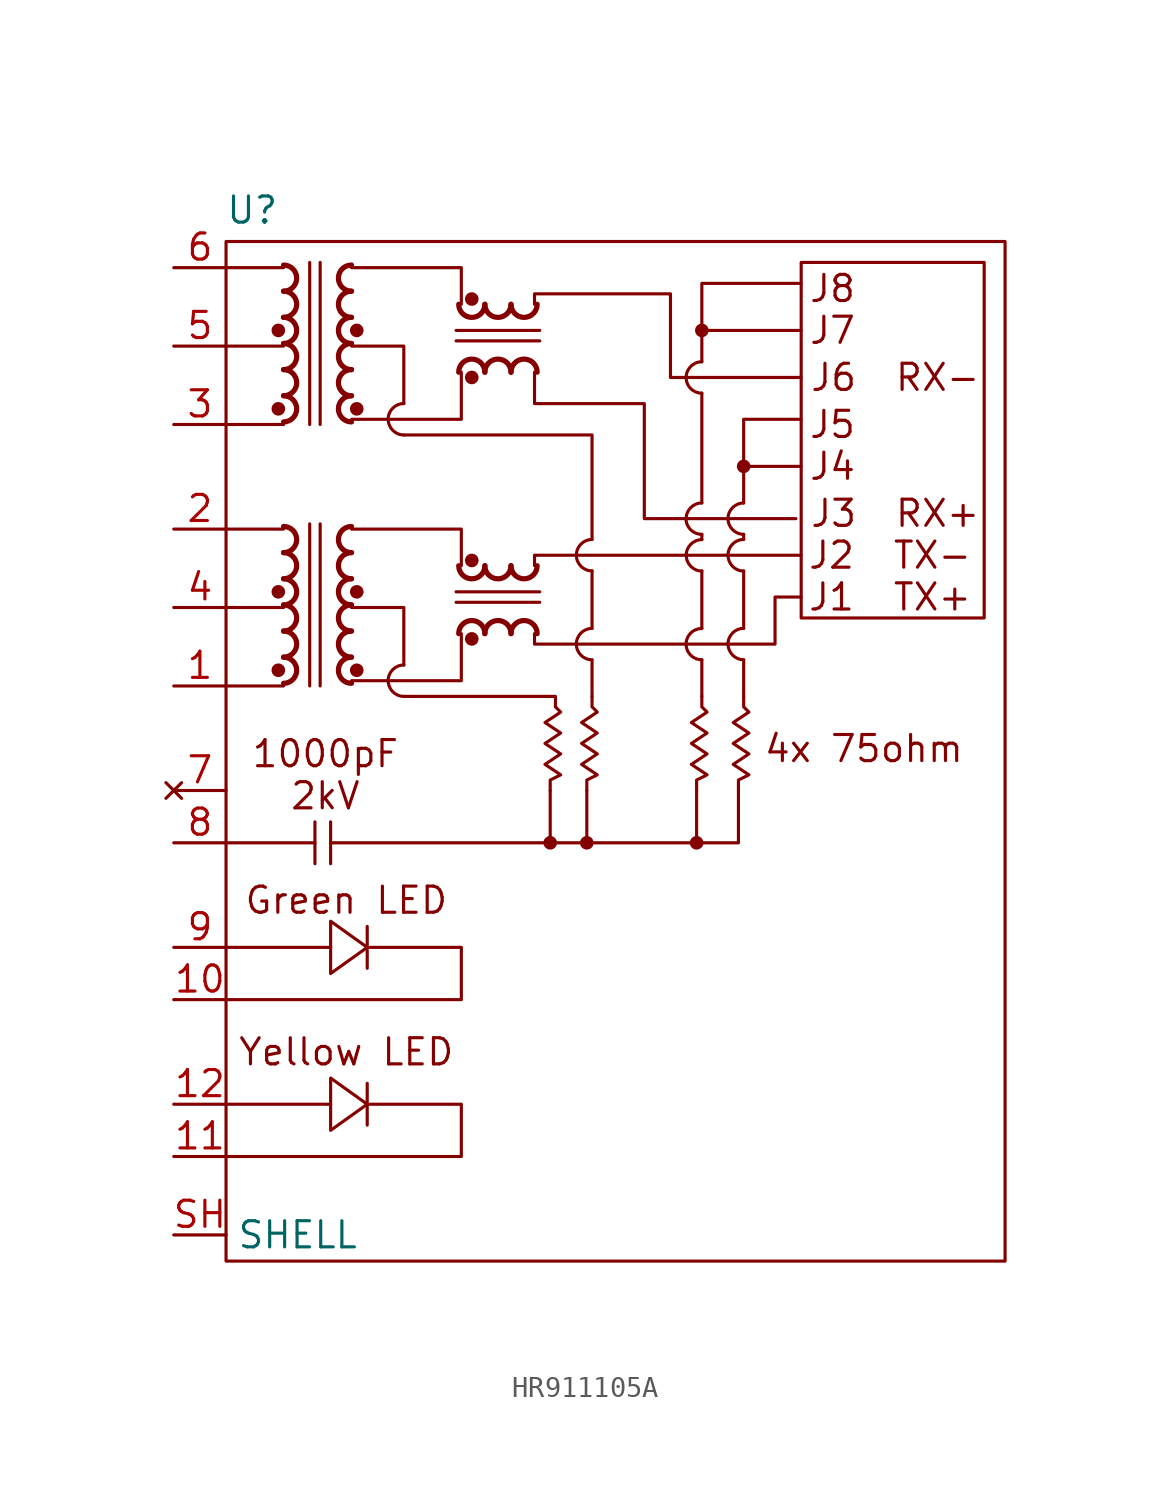
<source format=kicad_sym>
(kicad_symbol_lib
  (version 20231120)
  (generator "kicad_symbol_editor")
  (generator_version "8.0")
  (symbol "HR911105A"
    (property "Reference" "U"
      (at -16.51 23.114 0)
      (effects (font (size 1.27 1.27))))
    (property "Value" ""
      (at -10.16 13.97 0)
      (effects (font (size 1.27 1.27))))
    (symbol "HR911105A_0_1"
      (polyline (pts (xy -17.78 0) (xy -14.986 0)) (stroke (width 0) (type default)) (fill (type none)))
      (polyline (pts (xy -17.78 3.81) (xy -14.986 3.81)) (stroke (width 0) (type default)) (fill (type none)))
      (polyline (pts (xy -17.78 12.7) (xy -14.986 12.7)) (stroke (width 0) (type default)) (fill (type none)))
      (polyline (pts (xy -17.78 16.51) (xy -14.986 16.51)) (stroke (width 0) (type default)) (fill (type none)))
      (polyline (pts (xy -14.986 7.62) (xy -17.78 7.62)) (stroke (width 0) (type default)) (fill (type none)))
      (polyline (pts (xy -14.986 20.32) (xy -17.78 20.32)) (stroke (width 0) (type default)) (fill (type none)))
      (polyline (pts (xy -13.716 7.874) (xy -13.716 0)) (stroke (width 0) (type default)) (fill (type none)))
      (polyline (pts (xy -13.716 20.574) (xy -13.716 12.7)) (stroke (width 0) (type default)) (fill (type none)))
      (polyline (pts (xy -13.208 7.874) (xy -13.208 0)) (stroke (width 0) (type default)) (fill (type none)))
      (polyline (pts (xy -13.208 20.574) (xy -13.208 12.7)) (stroke (width 0) (type default)) (fill (type none)))
      (polyline (pts (xy -2.54 4.064) (xy -6.604 4.064)) (stroke (width 0) (type default)) (fill (type none)))
      (polyline (pts (xy -2.54 4.572) (xy -6.604 4.572)) (stroke (width 0) (type default)) (fill (type none)))
      (polyline (pts (xy -2.54 16.764) (xy -6.604 16.764)) (stroke (width 0) (type default)) (fill (type none)))
      (polyline (pts (xy -2.54 17.272) (xy -6.604 17.272)) (stroke (width 0) (type default)) (fill (type none))))
    (symbol "HR911105A_1_1"
      (rectangle (start -17.78 21.59) (end 20.066 -27.94) (stroke (width 0) (type default)) (fill (type none)))
      (circle (center -15.24 0.762) (radius 0.254) (stroke (width 0) (type default)) (fill (type outline)))
      (circle (center -15.24 4.572) (radius 0.254) (stroke (width 0) (type default)) (fill (type outline)))
      (circle (center -15.24 13.462) (radius 0.254) (stroke (width 0) (type default)) (fill (type outline)))
      (circle (center -15.24 17.272) (radius 0.254) (stroke (width 0) (type default)) (fill (type outline)))
      (arc (start -14.9833 0.127) (mid -14.351 0.762) (end -14.9833 1.397) (stroke (width 0.254) (type default)) (fill (type none)))
      (arc (start -14.9833 1.397) (mid -14.351 2.032) (end -14.9833 2.667) (stroke (width 0.254) (type default)) (fill (type none)))
      (arc (start -14.9833 2.667) (mid -14.351 3.302) (end -14.9833 3.937) (stroke (width 0.254) (type default)) (fill (type none)))
      (arc (start -14.9833 3.937) (mid -14.351 4.572) (end -14.9833 5.207) (stroke (width 0.254) (type default)) (fill (type none)))
      (arc (start -14.9833 5.207) (mid -14.351 5.842) (end -14.9833 6.477) (stroke (width 0.254) (type default)) (fill (type none)))
      (arc (start -14.9833 6.477) (mid -14.351 7.112) (end -14.9833 7.747) (stroke (width 0.254) (type default)) (fill (type none)))
      (arc (start -14.9833 12.827) (mid -14.351 13.462) (end -14.9833 14.097) (stroke (width 0.254) (type default)) (fill (type none)))
      (arc (start -14.9833 14.097) (mid -14.351 14.732) (end -14.9833 15.367) (stroke (width 0.254) (type default)) (fill (type none)))
      (arc (start -14.9833 15.367) (mid -14.351 16.002) (end -14.9833 16.637) (stroke (width 0.254) (type default)) (fill (type none)))
      (arc (start -14.9833 16.637) (mid -14.351 17.272) (end -14.9833 17.907) (stroke (width 0.254) (type default)) (fill (type none)))
      (arc (start -14.9833 17.907) (mid -14.351 18.542) (end -14.9833 19.177) (stroke (width 0.254) (type default)) (fill (type none)))
      (arc (start -14.9833 19.177) (mid -14.351 19.812) (end -14.9833 20.447) (stroke (width 0.254) (type default)) (fill (type none)))
      (arc (start -11.6867 1.397) (mid -12.319 0.762) (end -11.6867 0.127) (stroke (width 0.254) (type default)) (fill (type none)))
      (arc (start -11.6867 2.667) (mid -12.319 2.032) (end -11.6867 1.397) (stroke (width 0.254) (type default)) (fill (type none)))
      (arc (start -11.6867 3.937) (mid -12.319 3.302) (end -11.6867 2.667) (stroke (width 0.254) (type default)) (fill (type none)))
      (arc (start -11.6867 5.207) (mid -12.319 4.572) (end -11.6867 3.937) (stroke (width 0.254) (type default)) (fill (type none)))
      (arc (start -11.6867 6.477) (mid -12.319 5.842) (end -11.6867 5.207) (stroke (width 0.254) (type default)) (fill (type none)))
      (arc (start -11.6867 7.747) (mid -12.319 7.112) (end -11.6867 6.477) (stroke (width 0.254) (type default)) (fill (type none)))
      (arc (start -11.6867 14.097) (mid -12.319 13.462) (end -11.6867 12.827) (stroke (width 0.254) (type default)) (fill (type none)))
      (arc (start -11.6867 15.367) (mid -12.319 14.732) (end -11.6867 14.097) (stroke (width 0.254) (type default)) (fill (type none)))
      (arc (start -11.6867 16.637) (mid -12.319 16.002) (end -11.6867 15.367) (stroke (width 0.254) (type default)) (fill (type none)))
      (arc (start -11.6867 17.907) (mid -12.319 17.272) (end -11.6867 16.637) (stroke (width 0.254) (type default)) (fill (type none)))
      (arc (start -11.6867 19.177) (mid -12.319 18.542) (end -11.6867 17.907) (stroke (width 0.254) (type default)) (fill (type none)))
      (arc (start -11.6867 20.447) (mid -12.319 19.812) (end -11.6867 19.177) (stroke (width 0.254) (type default)) (fill (type none)))
      (circle (center -11.43 0.762) (radius 0.254) (stroke (width 0) (type default)) (fill (type outline)))
      (circle (center -11.43 4.572) (radius 0.254) (stroke (width 0) (type default)) (fill (type outline)))
      (circle (center -11.43 13.462) (radius 0.254) (stroke (width 0) (type default)) (fill (type outline)))
      (circle (center -11.43 17.272) (radius 0.254) (stroke (width 0) (type default)) (fill (type outline)))
      (arc (start -9.906 0.254) (mid -9.6828 -0.2848) (end -9.144 -0.508) (stroke (width 0) (type default)) (fill (type none)))
      (arc (start -9.906 12.954) (mid -9.6828 12.4152) (end -9.144 12.192) (stroke (width 0) (type default)) (fill (type none)))
      (arc (start -9.144 1.016) (mid -9.6828 0.7928) (end -9.906 0.254) (stroke (width 0) (type default)) (fill (type none)))
      (arc (start -9.144 13.716) (mid -9.6828 13.4928) (end -9.906 12.954) (stroke (width 0) (type default)) (fill (type none)))
      (arc (start -6.477 5.8393) (mid -5.842 5.207) (end -5.207 5.8393) (stroke (width 0.254) (type default)) (fill (type none)))
      (arc (start -6.477 18.5393) (mid -5.842 17.907) (end -5.207 18.5393) (stroke (width 0.254) (type default)) (fill (type none)))
      (circle (center -5.842 2.286) (radius 0.254) (stroke (width 0) (type default)) (fill (type outline)))
      (circle (center -5.842 6.096) (radius 0.254) (stroke (width 0) (type default)) (fill (type outline)))
      (circle (center -5.842 14.986) (radius 0.254) (stroke (width 0) (type default)) (fill (type outline)))
      (circle (center -5.842 18.796) (radius 0.254) (stroke (width 0) (type default)) (fill (type outline)))
      (arc (start -5.207 2.5427) (mid -5.842 3.175) (end -6.477 2.5427) (stroke (width 0.254) (type default)) (fill (type none)))
      (arc (start -5.207 5.8393) (mid -4.572 5.207) (end -3.937 5.8393) (stroke (width 0.254) (type default)) (fill (type none)))
      (arc (start -5.207 15.2427) (mid -5.842 15.875) (end -6.477 15.2427) (stroke (width 0.254) (type default)) (fill (type none)))
      (arc (start -5.207 18.5393) (mid -4.572 17.907) (end -3.937 18.5393) (stroke (width 0.254) (type default)) (fill (type none)))
      (arc (start -3.937 2.5427) (mid -4.572 3.175) (end -5.207 2.5427) (stroke (width 0.254) (type default)) (fill (type none)))
      (arc (start -3.937 5.8393) (mid -3.302 5.207) (end -2.667 5.8393) (stroke (width 0.254) (type default)) (fill (type none)))
      (arc (start -3.937 15.2427) (mid -4.572 15.875) (end -5.207 15.2427) (stroke (width 0.254) (type default)) (fill (type none)))
      (arc (start -3.937 18.5393) (mid -3.302 17.907) (end -2.667 18.5393) (stroke (width 0.254) (type default)) (fill (type none)))
      (arc (start -2.667 2.5427) (mid -3.302 3.175) (end -3.937 2.5427) (stroke (width 0.254) (type default)) (fill (type none)))
      (arc (start -2.667 15.2427) (mid -3.302 15.875) (end -3.937 15.2427) (stroke (width 0.254) (type default)) (fill (type none)))
      (circle (center -2.032 -7.62) (radius 0.254) (stroke (width 0) (type default)) (fill (type outline)))
      (arc (start -0.762 2.032) (mid -0.5388 1.4932) (end 0 1.27) (stroke (width 0) (type default)) (fill (type none)))
      (arc (start -0.762 6.352) (mid -0.5388 5.8132) (end 0 5.59) (stroke (width 0) (type default)) (fill (type none)))
      (circle (center -0.254 -7.62) (radius 0.254) (stroke (width 0) (type default)) (fill (type outline)))
      (polyline (pts (xy -17.78 -20.32) (xy -12.7 -20.32)) (stroke (width 0) (type default)) (fill (type none)))
      (polyline (pts (xy -17.78 -12.7) (xy -12.7 -12.7)) (stroke (width 0) (type default)) (fill (type none)))
      (polyline (pts (xy -17.78 -7.62) (xy -13.462 -7.62)) (stroke (width 0) (type default)) (fill (type none)))
      (polyline (pts (xy -13.462 -6.604) (xy -13.462 -8.636)) (stroke (width 0) (type default)) (fill (type none)))
      (polyline (pts (xy -12.7 -6.604) (xy -12.7 -8.636)) (stroke (width 0) (type default)) (fill (type none)))
      (polyline (pts (xy -10.922 -19.304) (xy -10.922 -21.336)) (stroke (width 0) (type default)) (fill (type none)))
      (polyline (pts (xy -10.922 -11.684) (xy -10.922 -13.716)) (stroke (width 0) (type default)) (fill (type none)))
      (polyline (pts (xy -2.032 -5.08) (xy -2.032 -7.62)) (stroke (width 0) (type default)) (fill (type none)))
      (polyline (pts (xy -0.254 -5.08) (xy -0.254 -7.62)) (stroke (width 0) (type default)) (fill (type none)))
      (polyline (pts (xy 0 -0.508) (xy 0 1.27)) (stroke (width 0) (type default)) (fill (type none)))
      (polyline (pts (xy 0 2.794) (xy 0 5.588)) (stroke (width 0) (type default)) (fill (type none)))
      (polyline (pts (xy 5.08 -5.08) (xy 5.08 -7.62)) (stroke (width 0) (type default)) (fill (type none)))
      (polyline (pts (xy 5.334 1.27) (xy 5.334 -0.508)) (stroke (width 0) (type default)) (fill (type none)))
      (polyline (pts (xy 5.334 2.794) (xy 5.334 5.588)) (stroke (width 0) (type default)) (fill (type none)))
      (polyline (pts (xy 5.334 7.112) (xy 5.334 7.366)) (stroke (width 0) (type default)) (fill (type none)))
      (polyline (pts (xy 5.334 8.89) (xy 5.334 14.224)) (stroke (width 0) (type default)) (fill (type none)))
      (polyline (pts (xy 7.366 1.27) (xy 7.366 -0.508)) (stroke (width 0) (type default)) (fill (type none)))
      (polyline (pts (xy 7.366 2.794) (xy 7.366 5.588)) (stroke (width 0) (type default)) (fill (type none)))
      (polyline (pts (xy 7.366 7.366) (xy 7.366 7.112)) (stroke (width 0) (type default)) (fill (type none)))
      (polyline (pts (xy 10.16 10.668) (xy 7.366 10.668)) (stroke (width 0) (type default)) (fill (type none)))
      (polyline (pts (xy 10.16 17.272) (xy 5.334 17.272)) (stroke (width 0) (type default)) (fill (type none)))
      (polyline (pts (xy -12.7 -7.62) (xy 7.112 -7.62) (xy 7.112 -5.08)) (stroke (width 0) (type default)) (fill (type none)))
      (polyline (pts (xy -11.684 0.254) (xy -6.35 0.254) (xy -6.35 2.54)) (stroke (width 0) (type default)) (fill (type none)))
      (polyline (pts (xy -11.684 3.81) (xy -9.144 3.81) (xy -9.144 1.016)) (stroke (width 0) (type default)) (fill (type none)))
      (polyline (pts (xy -11.684 12.954) (xy -6.35 12.954) (xy -6.35 15.24)) (stroke (width 0) (type default)) (fill (type none)))
      (polyline (pts (xy -11.684 16.51) (xy -9.144 16.51) (xy -9.144 13.716)) (stroke (width 0) (type default)) (fill (type none)))
      (polyline (pts (xy -6.35 5.842) (xy -6.35 7.62) (xy -11.684 7.62)) (stroke (width 0) (type default)) (fill (type none)))
      (polyline (pts (xy -6.35 18.542) (xy -6.35 20.32) (xy -11.684 20.32)) (stroke (width 0) (type default)) (fill (type none)))
      (polyline (pts (xy -2.794 5.842) (xy -2.794 6.35) (xy 10.16 6.35)) (stroke (width 0) (type default)) (fill (type none)))
      (polyline (pts (xy 0 7.112) (xy 0 12.192) (xy -9.144 12.192)) (stroke (width 0) (type default)) (fill (type none)))
      (polyline (pts (xy 5.334 15.748) (xy 5.334 19.558) (xy 10.16 19.558)) (stroke (width 0) (type default)) (fill (type none)))
      (polyline (pts (xy 7.366 8.89) (xy 7.366 12.954) (xy 10.16 12.954)) (stroke (width 0) (type default)) (fill (type none)))
      (polyline (pts (xy -12.7 -19.05) (xy -12.7 -21.59) (xy -10.922 -20.32) (xy -12.7 -19.05)) (stroke (width 0) (type default)) (fill (type none)))
      (polyline (pts (xy -12.7 -11.43) (xy -12.7 -13.97) (xy -10.922 -12.7) (xy -12.7 -11.43)) (stroke (width 0) (type default)) (fill (type none)))
      (polyline (pts (xy -10.922 -20.32) (xy -6.35 -20.32) (xy -6.35 -22.86) (xy -17.78 -22.86)) (stroke (width 0) (type default)) (fill (type none)))
      (polyline (pts (xy -10.922 -12.7) (xy -6.35 -12.7) (xy -6.35 -15.24) (xy -17.78 -15.24)) (stroke (width 0) (type default)) (fill (type none)))
      (polyline (pts (xy -2.794 2.54) (xy -2.794 2.032) (xy 8.89 2.032) (xy 8.89 4.318) (xy 10.16 4.318)) (stroke (width 0) (type default)) (fill (type none)))
      (polyline (pts (xy -2.794 15.24) (xy -2.794 13.716) (xy 2.54 13.716) (xy 2.54 8.128) (xy 9.906 8.128)) (stroke (width 0) (type default)) (fill (type none)))
      (polyline (pts (xy -2.794 18.542) (xy -2.794 19.05) (xy 3.81 19.05) (xy 3.81 14.986) (xy 10.16 14.986)) (stroke (width 0) (type default)) (fill (type none)))
      (polyline (pts (xy -9.144 -0.508) (xy -1.778 -0.508) (xy -1.778 -1.016) (xy -1.524 -1.27) (xy -2.286 -1.778) (xy -1.524 -2.286) (xy -2.286 -2.794) (xy -1.524 -3.302) (xy -2.286 -3.81) (xy -1.524 -4.318) (xy -2.032 -4.572) (xy -2.032 -5.08)) (stroke (width 0) (type default)) (fill (type none)))
      (polyline (pts (xy 0 -0.508) (xy 0 -0.508) (xy 0 -1.016) (xy 0.254 -1.27) (xy -0.508 -1.778) (xy 0.254 -2.286) (xy -0.508 -2.794) (xy 0.254 -3.302) (xy -0.508 -3.81) (xy 0.254 -4.318) (xy -0.254 -4.572) (xy -0.254 -5.08)) (stroke (width 0) (type default)) (fill (type none)))
      (polyline (pts (xy 5.334 -0.508) (xy 5.334 -0.508) (xy 5.334 -1.016) (xy 5.588 -1.27) (xy 4.826 -1.778) (xy 5.588 -2.286) (xy 4.826 -2.794) (xy 5.588 -3.302) (xy 4.826 -3.81) (xy 5.588 -4.318) (xy 5.08 -4.572) (xy 5.08 -5.08)) (stroke (width 0) (type default)) (fill (type none)))
      (polyline (pts (xy 7.366 -0.508) (xy 7.366 -0.508) (xy 7.366 -1.016) (xy 7.62 -1.27) (xy 6.858 -1.778) (xy 7.62 -2.286) (xy 6.858 -2.794) (xy 7.62 -3.302) (xy 6.858 -3.81) (xy 7.62 -4.318) (xy 7.112 -4.572) (xy 7.112 -5.08)) (stroke (width 0) (type default)) (fill (type none)))
      (arc (start 0 2.794) (mid -0.5388 2.5708) (end -0.762 2.032) (stroke (width 0) (type default)) (fill (type none)))
      (arc (start 0 7.114) (mid -0.5395 6.8909) (end -0.762 6.352) (stroke (width 0) (type default)) (fill (type none)))
      (arc (start 4.572 2.034) (mid 4.7952 1.4952) (end 5.334 1.272) (stroke (width 0) (type default)) (fill (type none)))
      (arc (start 4.572 8.128) (mid 4.7952 7.5892) (end 5.334 7.366) (stroke (width 0) (type default)) (fill (type none)))
      (arc (start 4.572 14.986) (mid 4.7952 14.4472) (end 5.334 14.224) (stroke (width 0) (type default)) (fill (type none)))
      (arc (start 4.574 6.344) (mid 4.7972 5.8052) (end 5.336 5.582) (stroke (width 0) (type default)) (fill (type none)))
      (circle (center 5.08 -7.62) (radius 0.254) (stroke (width 0) (type default)) (fill (type outline)))
      (arc (start 5.334 2.796) (mid 4.7945 2.5729) (end 4.572 2.034) (stroke (width 0) (type default)) (fill (type none)))
      (arc (start 5.334 8.89) (mid 4.7986 8.6658) (end 4.572 8.128) (stroke (width 0) (type default)) (fill (type none)))
      (arc (start 5.334 15.748) (mid 4.7986 15.5238) (end 4.572 14.986) (stroke (width 0) (type default)) (fill (type none)))
      (circle (center 5.334 17.272) (radius 0.254) (stroke (width 0) (type default)) (fill (type outline)))
      (arc (start 5.336 7.106) (mid 4.798 6.8832) (end 4.574 6.344) (stroke (width 0) (type default)) (fill (type none)))
      (arc (start 6.604 2.034) (mid 6.8272 1.4952) (end 7.366 1.272) (stroke (width 0) (type default)) (fill (type none)))
      (arc (start 6.604 8.128) (mid 6.8272 7.5892) (end 7.366 7.366) (stroke (width 0) (type default)) (fill (type none)))
      (arc (start 6.606 6.344) (mid 6.8292 5.8052) (end 7.368 5.582) (stroke (width 0) (type default)) (fill (type none)))
      (arc (start 7.366 2.796) (mid 6.8265 2.5729) (end 6.604 2.034) (stroke (width 0) (type default)) (fill (type none)))
      (arc (start 7.366 8.89) (mid 6.8306 8.6658) (end 6.604 8.128) (stroke (width 0) (type default)) (fill (type none)))
      (circle (center 7.366 10.668) (radius 0.254) (stroke (width 0) (type default)) (fill (type outline)))
      (arc (start 7.368 7.106) (mid 6.8287 6.8839) (end 6.606 6.344) (stroke (width 0) (type default)) (fill (type none)))
      (rectangle (start 10.16 3.302) (end 19.05 20.574) (stroke (width 0) (type default)) (fill (type none)))
      (text "1000pF\n2kV" (at -12.954 -4.318 0) (effects (font (size 1.27 1.27))))
      (text "4x 75ohm" (at 13.208 -3.048 0) (effects (font (size 1.27 1.27))))
      (text "Green LED" (at -11.938 -10.414 0) (effects (font (size 1.27 1.27))))
      (text "J1  TX+" (at 14.478 4.318 0) (effects (font (size 1.27 1.27))))
      (text "J2  TX-" (at 14.478 6.35 0) (effects (font (size 1.27 1.27))))
      (text "J3  RX+" (at 14.732 8.382 0) (effects (font (size 1.27 1.27))))
      (text "J4" (at 11.684 10.668 0) (effects (font (size 1.27 1.27))))
      (text "J5" (at 11.684 12.7 0) (effects (font (size 1.27 1.27))))
      (text "J6  RX-" (at 14.732 14.986 0) (effects (font (size 1.27 1.27))))
      (text "J7" (at 11.684 17.272 0) (effects (font (size 1.27 1.27))))
      (text "J8" (at 11.684 19.304 0) (effects (font (size 1.27 1.27))))
      (text "Yellow LED" (at -11.938 -17.78 0) (effects (font (size 1.27 1.27))))
      (pin passive line (at -20.32 0 0) (length 2.54) (name "" (effects (font (size 1.27 1.27)))) (number "1" (effects (font (size 1.27 1.27)))))
      (pin passive line (at -20.32 -15.24 0) (length 2.54) (name "" (effects (font (size 1.27 1.27)))) (number "10" (effects (font (size 1.27 1.27)))))
      (pin passive line (at -20.32 -22.86 0) (length 2.54) (name "" (effects (font (size 1.27 1.27)))) (number "11" (effects (font (size 1.27 1.27)))))
      (pin passive line (at -20.32 -20.32 0) (length 2.54) (name "" (effects (font (size 1.27 1.27)))) (number "12" (effects (font (size 1.27 1.27)))))
      (pin passive line (at -20.32 7.62 0) (length 2.54) (name "" (effects (font (size 1.27 1.27)))) (number "2" (effects (font (size 1.27 1.27)))))
      (pin passive line (at -20.32 12.7 0) (length 2.54) (name "" (effects (font (size 1.27 1.27)))) (number "3" (effects (font (size 1.27 1.27)))))
      (pin passive line (at -20.32 3.81 0) (length 2.54) (name "" (effects (font (size 1.27 1.27)))) (number "4" (effects (font (size 1.27 1.27)))))
      (pin passive line (at -20.32 16.51 0) (length 2.54) (name "" (effects (font (size 1.27 1.27)))) (number "5" (effects (font (size 1.27 1.27)))))
      (pin passive line (at -20.32 20.32 0) (length 2.54) (name "" (effects (font (size 1.27 1.27)))) (number "6" (effects (font (size 1.27 1.27)))))
      (pin no_connect line (at -20.32 -5.08 0) (length 2.54) (name "" (effects (font (size 1.27 1.27)))) (number "7" (effects (font (size 1.27 1.27)))))
      (pin passive line (at -20.32 -7.62 0) (length 2.54) (name "" (effects (font (size 1.27 1.27)))) (number "8" (effects (font (size 1.27 1.27)))))
      (pin passive line (at -20.32 -12.7 0) (length 2.54) (name "" (effects (font (size 1.27 1.27)))) (number "9" (effects (font (size 1.27 1.27)))))
      (pin passive line (at -20.32 -26.67 0) (length 2.54) (name "SHELL" (effects (font (size 1.27 1.27)))) (number "SH" (effects (font (size 1.27 1.27))))))))
</source>
